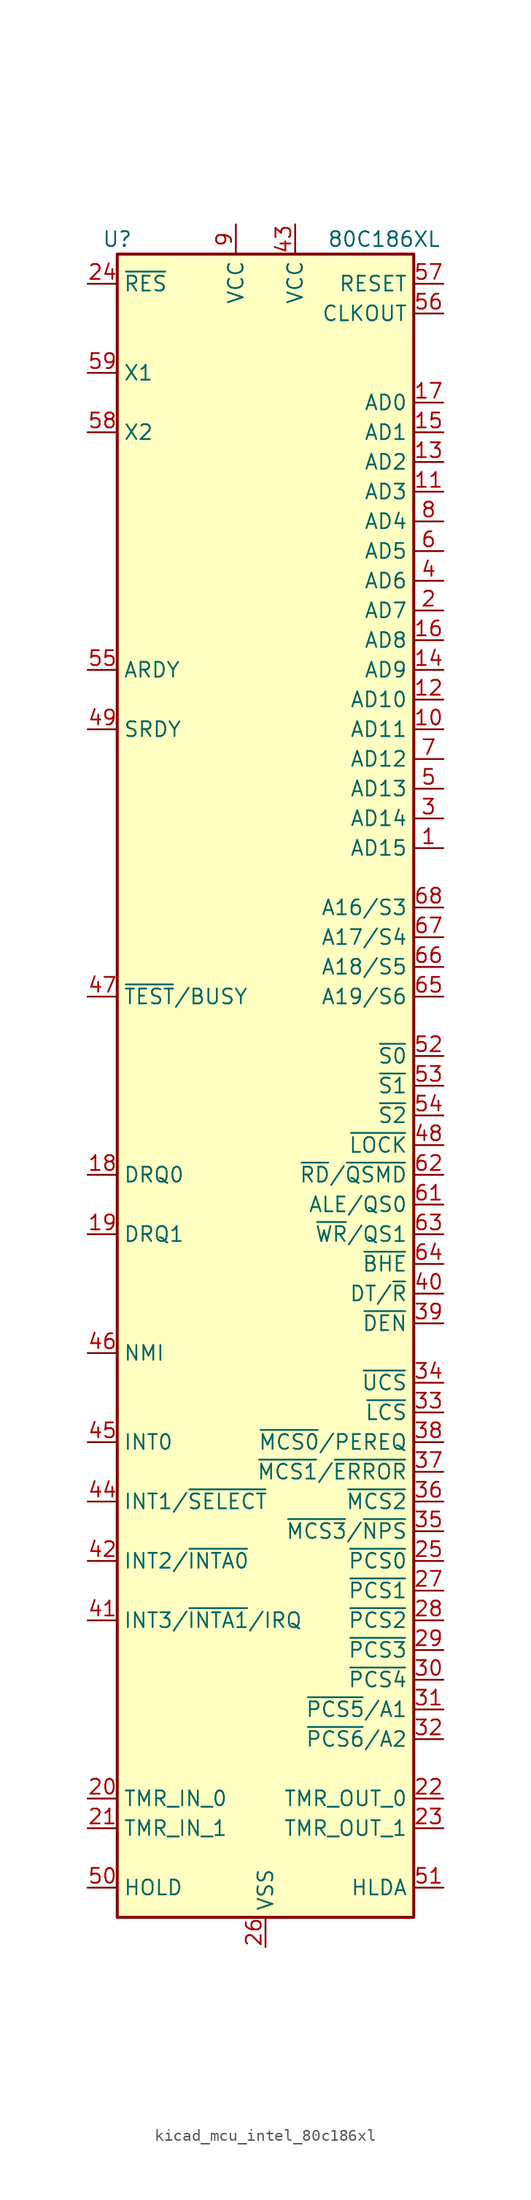
<source format=kicad_sym>
(kicad_symbol_lib
  (version 20220914)
  (generator kicad_symbol_editor)
  (symbol "kicad_mcu_intel_80c186xl"
    (property "Reference" "U"
      (at -12.7 72.39 0)
      (effects (font (size 1.27 1.27))))
    (property "Value" "80C186XL"
      (at 10.16 72.39 0)
      (effects (font (size 1.27 1.27))))
    (symbol "kicad_mcu_intel_80c186xl_0_1"
      (rectangle (start 12.7 -71.12) (end -12.7 71.12) (stroke (width 0.254) (type default)) (fill (type background))))
    (symbol "kicad_mcu_intel_80c186xl_1_1"
      (pin bidirectional line (at 15.24 20.32 180) (length 2.54) (name "AD15" (effects (font (size 1.27 1.27)))) (number "1" (effects (font (size 1.27 1.27)))))
      (pin bidirectional line (at 15.24 30.48 180) (length 2.54) (name "AD11" (effects (font (size 1.27 1.27)))) (number "10" (effects (font (size 1.27 1.27)))))
      (pin bidirectional line (at 15.24 50.8 180) (length 2.54) (name "AD3" (effects (font (size 1.27 1.27)))) (number "11" (effects (font (size 1.27 1.27)))))
      (pin bidirectional line (at 15.24 33.02 180) (length 2.54) (name "AD10" (effects (font (size 1.27 1.27)))) (number "12" (effects (font (size 1.27 1.27)))))
      (pin bidirectional line (at 15.24 53.34 180) (length 2.54) (name "AD2" (effects (font (size 1.27 1.27)))) (number "13" (effects (font (size 1.27 1.27)))))
      (pin bidirectional line (at 15.24 35.56 180) (length 2.54) (name "AD9" (effects (font (size 1.27 1.27)))) (number "14" (effects (font (size 1.27 1.27)))))
      (pin bidirectional line (at 15.24 55.88 180) (length 2.54) (name "AD1" (effects (font (size 1.27 1.27)))) (number "15" (effects (font (size 1.27 1.27)))))
      (pin bidirectional line (at 15.24 38.1 180) (length 2.54) (name "AD8" (effects (font (size 1.27 1.27)))) (number "16" (effects (font (size 1.27 1.27)))))
      (pin bidirectional line (at 15.24 58.42 180) (length 2.54) (name "AD0" (effects (font (size 1.27 1.27)))) (number "17" (effects (font (size 1.27 1.27)))))
      (pin input line (at -15.24 -7.62 0) (length 2.54) (name "DRQ0" (effects (font (size 1.27 1.27)))) (number "18" (effects (font (size 1.27 1.27)))))
      (pin input line (at -15.24 -12.7 0) (length 2.54) (name "DRQ1" (effects (font (size 1.27 1.27)))) (number "19" (effects (font (size 1.27 1.27)))))
      (pin bidirectional line (at 15.24 40.64 180) (length 2.54) (name "AD7" (effects (font (size 1.27 1.27)))) (number "2" (effects (font (size 1.27 1.27)))))
      (pin input line (at -15.24 -60.96 0) (length 2.54) (name "TMR_IN_0" (effects (font (size 1.27 1.27)))) (number "20" (effects (font (size 1.27 1.27)))))
      (pin input line (at -15.24 -63.5 0) (length 2.54) (name "TMR_IN_1" (effects (font (size 1.27 1.27)))) (number "21" (effects (font (size 1.27 1.27)))))
      (pin output line (at 15.24 -60.96 180) (length 2.54) (name "TMR_OUT_0" (effects (font (size 1.27 1.27)))) (number "22" (effects (font (size 1.27 1.27)))))
      (pin output line (at 15.24 -63.5 180) (length 2.54) (name "TMR_OUT_1" (effects (font (size 1.27 1.27)))) (number "23" (effects (font (size 1.27 1.27)))))
      (pin input line (at -15.24 68.58 0) (length 2.54) (name "~{RES}" (effects (font (size 1.27 1.27)))) (number "24" (effects (font (size 1.27 1.27)))))
      (pin output line (at 15.24 -40.64 180) (length 2.54) (name "~{PCS0}" (effects (font (size 1.27 1.27)))) (number "25" (effects (font (size 1.27 1.27)))))
      (pin power_in line (at 0 -73.66 90) (length 2.54) (name "VSS" (effects (font (size 1.27 1.27)))) (number "26" (effects (font (size 1.27 1.27)))))
      (pin output line (at 15.24 -43.18 180) (length 2.54) (name "~{PCS1}" (effects (font (size 1.27 1.27)))) (number "27" (effects (font (size 1.27 1.27)))))
      (pin output line (at 15.24 -45.72 180) (length 2.54) (name "~{PCS2}" (effects (font (size 1.27 1.27)))) (number "28" (effects (font (size 1.27 1.27)))))
      (pin output line (at 15.24 -48.26 180) (length 2.54) (name "~{PCS3}" (effects (font (size 1.27 1.27)))) (number "29" (effects (font (size 1.27 1.27)))))
      (pin bidirectional line (at 15.24 22.86 180) (length 2.54) (name "AD14" (effects (font (size 1.27 1.27)))) (number "3" (effects (font (size 1.27 1.27)))))
      (pin output line (at 15.24 -50.8 180) (length 2.54) (name "~{PCS4}" (effects (font (size 1.27 1.27)))) (number "30" (effects (font (size 1.27 1.27)))))
      (pin output line (at 15.24 -53.34 180) (length 2.54) (name "~{PCS5}/A1" (effects (font (size 1.27 1.27)))) (number "31" (effects (font (size 1.27 1.27)))))
      (pin output line (at 15.24 -55.88 180) (length 2.54) (name "~{PCS6}/A2" (effects (font (size 1.27 1.27)))) (number "32" (effects (font (size 1.27 1.27)))))
      (pin bidirectional line (at 15.24 -27.94 180) (length 2.54) (name "~{LCS}" (effects (font (size 1.27 1.27)))) (number "33" (effects (font (size 1.27 1.27)))))
      (pin bidirectional line (at 15.24 -25.4 180) (length 2.54) (name "~{UCS}" (effects (font (size 1.27 1.27)))) (number "34" (effects (font (size 1.27 1.27)))))
      (pin output line (at 15.24 -38.1 180) (length 2.54) (name "~{MCS3}/~{NPS}" (effects (font (size 1.27 1.27)))) (number "35" (effects (font (size 1.27 1.27)))))
      (pin output line (at 15.24 -35.56 180) (length 2.54) (name "~{MCS2}" (effects (font (size 1.27 1.27)))) (number "36" (effects (font (size 1.27 1.27)))))
      (pin bidirectional line (at 15.24 -33.02 180) (length 2.54) (name "~{MCS1}/~{ERROR}" (effects (font (size 1.27 1.27)))) (number "37" (effects (font (size 1.27 1.27)))))
      (pin bidirectional line (at 15.24 -30.48 180) (length 2.54) (name "~{MCS0}/PEREQ" (effects (font (size 1.27 1.27)))) (number "38" (effects (font (size 1.27 1.27)))))
      (pin output line (at 15.24 -20.32 180) (length 2.54) (name "~{DEN}" (effects (font (size 1.27 1.27)))) (number "39" (effects (font (size 1.27 1.27)))))
      (pin bidirectional line (at 15.24 43.18 180) (length 2.54) (name "AD6" (effects (font (size 1.27 1.27)))) (number "4" (effects (font (size 1.27 1.27)))))
      (pin output line (at 15.24 -17.78 180) (length 2.54) (name "DT/~{R}" (effects (font (size 1.27 1.27)))) (number "40" (effects (font (size 1.27 1.27)))))
      (pin bidirectional line (at -15.24 -45.72 0) (length 2.54) (name "INT3/~{INTA1}/IRQ" (effects (font (size 1.27 1.27)))) (number "41" (effects (font (size 1.27 1.27)))))
      (pin bidirectional line (at -15.24 -40.64 0) (length 2.54) (name "INT2/~{INTA0}" (effects (font (size 1.27 1.27)))) (number "42" (effects (font (size 1.27 1.27)))))
      (pin power_in line (at 2.54 73.66 270) (length 2.54) (name "VCC" (effects (font (size 1.27 1.27)))) (number "43" (effects (font (size 1.27 1.27)))))
      (pin input line (at -15.24 -35.56 0) (length 2.54) (name "INT1/~{SELECT}" (effects (font (size 1.27 1.27)))) (number "44" (effects (font (size 1.27 1.27)))))
      (pin input line (at -15.24 -30.48 0) (length 2.54) (name "INT0" (effects (font (size 1.27 1.27)))) (number "45" (effects (font (size 1.27 1.27)))))
      (pin input line (at -15.24 -22.86 0) (length 2.54) (name "NMI" (effects (font (size 1.27 1.27)))) (number "46" (effects (font (size 1.27 1.27)))))
      (pin bidirectional line (at -15.24 7.62 0) (length 2.54) (name "~{TEST}/BUSY" (effects (font (size 1.27 1.27)))) (number "47" (effects (font (size 1.27 1.27)))))
      (pin output line (at 15.24 -5.08 180) (length 2.54) (name "~{LOCK}" (effects (font (size 1.27 1.27)))) (number "48" (effects (font (size 1.27 1.27)))))
      (pin input line (at -15.24 30.48 0) (length 2.54) (name "SRDY" (effects (font (size 1.27 1.27)))) (number "49" (effects (font (size 1.27 1.27)))))
      (pin bidirectional line (at 15.24 25.4 180) (length 2.54) (name "AD13" (effects (font (size 1.27 1.27)))) (number "5" (effects (font (size 1.27 1.27)))))
      (pin input line (at -15.24 -68.58 0) (length 2.54) (name "HOLD" (effects (font (size 1.27 1.27)))) (number "50" (effects (font (size 1.27 1.27)))))
      (pin output line (at 15.24 -68.58 180) (length 2.54) (name "HLDA" (effects (font (size 1.27 1.27)))) (number "51" (effects (font (size 1.27 1.27)))))
      (pin output line (at 15.24 2.54 180) (length 2.54) (name "~{S0}" (effects (font (size 1.27 1.27)))) (number "52" (effects (font (size 1.27 1.27)))))
      (pin output line (at 15.24 0 180) (length 2.54) (name "~{S1}" (effects (font (size 1.27 1.27)))) (number "53" (effects (font (size 1.27 1.27)))))
      (pin output line (at 15.24 -2.54 180) (length 2.54) (name "~{S2}" (effects (font (size 1.27 1.27)))) (number "54" (effects (font (size 1.27 1.27)))))
      (pin input line (at -15.24 35.56 0) (length 2.54) (name "ARDY" (effects (font (size 1.27 1.27)))) (number "55" (effects (font (size 1.27 1.27)))))
      (pin output line (at 15.24 66.04 180) (length 2.54) (name "CLKOUT" (effects (font (size 1.27 1.27)))) (number "56" (effects (font (size 1.27 1.27)))))
      (pin output line (at 15.24 68.58 180) (length 2.54) (name "RESET" (effects (font (size 1.27 1.27)))) (number "57" (effects (font (size 1.27 1.27)))))
      (pin output line (at -15.24 55.88 0) (length 2.54) (name "X2" (effects (font (size 1.27 1.27)))) (number "58" (effects (font (size 1.27 1.27)))))
      (pin input line (at -15.24 60.96 0) (length 2.54) (name "X1" (effects (font (size 1.27 1.27)))) (number "59" (effects (font (size 1.27 1.27)))))
      (pin bidirectional line (at 15.24 45.72 180) (length 2.54) (name "AD5" (effects (font (size 1.27 1.27)))) (number "6" (effects (font (size 1.27 1.27)))))
      (pin passive line (at 0 -73.66 90) (length 2.54) hide (name "VSS" (effects (font (size 1.27 1.27)))) (number "60" (effects (font (size 1.27 1.27)))))
      (pin output line (at 15.24 -10.16 180) (length 2.54) (name "ALE/QS0" (effects (font (size 1.27 1.27)))) (number "61" (effects (font (size 1.27 1.27)))))
      (pin bidirectional line (at 15.24 -7.62 180) (length 2.54) (name "~{RD}/~{QSMD}" (effects (font (size 1.27 1.27)))) (number "62" (effects (font (size 1.27 1.27)))))
      (pin output line (at 15.24 -12.7 180) (length 2.54) (name "~{WR}/QS1" (effects (font (size 1.27 1.27)))) (number "63" (effects (font (size 1.27 1.27)))))
      (pin output line (at 15.24 -15.24 180) (length 2.54) (name "~{BHE}" (effects (font (size 1.27 1.27)))) (number "64" (effects (font (size 1.27 1.27)))))
      (pin output line (at 15.24 7.62 180) (length 2.54) (name "A19/S6" (effects (font (size 1.27 1.27)))) (number "65" (effects (font (size 1.27 1.27)))))
      (pin output line (at 15.24 10.16 180) (length 2.54) (name "A18/S5" (effects (font (size 1.27 1.27)))) (number "66" (effects (font (size 1.27 1.27)))))
      (pin output line (at 15.24 12.7 180) (length 2.54) (name "A17/S4" (effects (font (size 1.27 1.27)))) (number "67" (effects (font (size 1.27 1.27)))))
      (pin output line (at 15.24 15.24 180) (length 2.54) (name "A16/S3" (effects (font (size 1.27 1.27)))) (number "68" (effects (font (size 1.27 1.27)))))
      (pin bidirectional line (at 15.24 27.94 180) (length 2.54) (name "AD12" (effects (font (size 1.27 1.27)))) (number "7" (effects (font (size 1.27 1.27)))))
      (pin bidirectional line (at 15.24 48.26 180) (length 2.54) (name "AD4" (effects (font (size 1.27 1.27)))) (number "8" (effects (font (size 1.27 1.27)))))
      (pin power_in line (at -2.54 73.66 270) (length 2.54) (name "VCC" (effects (font (size 1.27 1.27)))) (number "9" (effects (font (size 1.27 1.27))))))))
</source>
